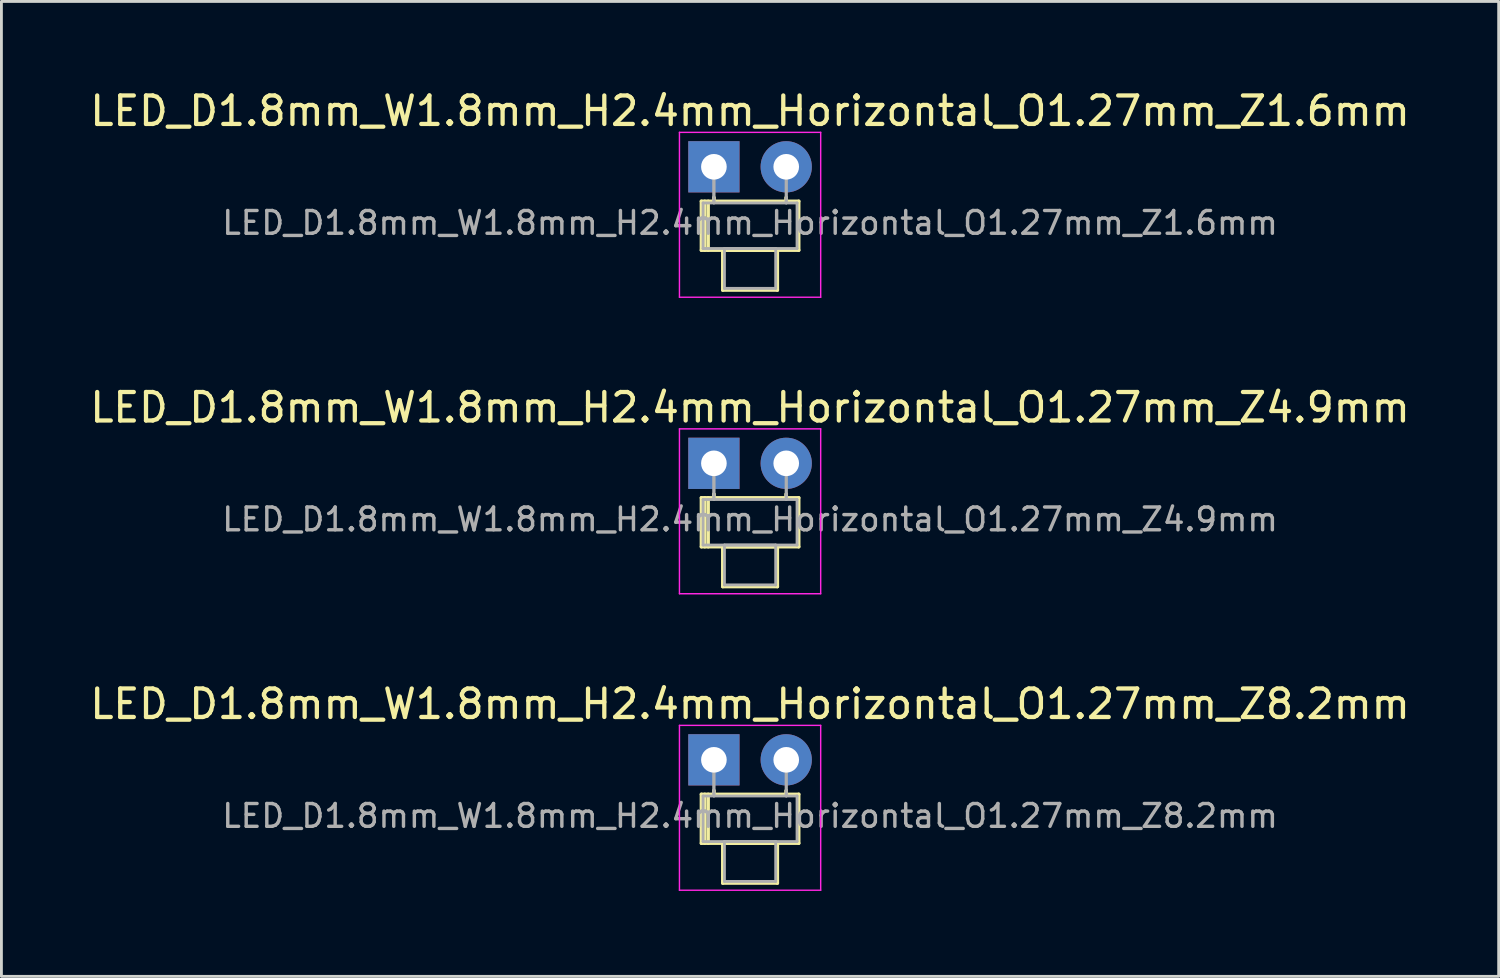
<source format=kicad_pcb>
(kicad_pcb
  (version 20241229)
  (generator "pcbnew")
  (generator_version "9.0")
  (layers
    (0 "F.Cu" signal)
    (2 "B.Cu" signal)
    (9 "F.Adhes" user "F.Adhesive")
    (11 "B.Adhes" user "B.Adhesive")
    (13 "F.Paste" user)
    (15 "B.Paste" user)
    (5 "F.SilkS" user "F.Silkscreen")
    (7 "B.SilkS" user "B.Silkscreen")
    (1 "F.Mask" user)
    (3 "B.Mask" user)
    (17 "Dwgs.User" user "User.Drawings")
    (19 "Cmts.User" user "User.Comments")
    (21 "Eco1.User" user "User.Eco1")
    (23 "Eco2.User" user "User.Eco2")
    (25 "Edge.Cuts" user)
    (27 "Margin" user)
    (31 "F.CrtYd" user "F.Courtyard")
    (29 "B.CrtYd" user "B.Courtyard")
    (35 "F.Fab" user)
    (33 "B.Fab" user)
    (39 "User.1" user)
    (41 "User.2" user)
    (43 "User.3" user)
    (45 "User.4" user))
  (footprint "LED_D1.8mm_W1.8mm_H2.4mm_Horizontal_O1.27mm_Z4.9mm"
    (layer "F.Cu")
    (at 22.022 13.222)
    (property "Reference" "LED_D1.8mm_W1.8mm_H2.4mm_Horizontal_O1.27mm_Z4.9mm" (at 1.27 -1.96 0) (layer "F.SilkS") (effects (font (size 1 1) (thickness 0.15))))
    (attr through_hole)
    (fp_line (start -0.44 1.21) (end -0.44 2.93) (stroke (width 0.12) (type solid)) (layer "F.SilkS"))
    (fp_line (start -0.44 2.93) (end 2.98 2.93) (stroke (width 0.12) (type solid)) (layer "F.SilkS"))
    (fp_line (start -0.32 1.21) (end -0.32 2.93) (stroke (width 0.12) (type solid)) (layer "F.SilkS"))
    (fp_line (start -0.2 1.21) (end -0.2 2.93) (stroke (width 0.12) (type solid)) (layer "F.SilkS"))
    (fp_line (start 0 1.08) (end 0 1.21) (stroke (width 0.12) (type solid)) (layer "F.SilkS"))
    (fp_line (start 0 1.21) (end 0 1.08) (stroke (width 0.12) (type solid)) (layer "F.SilkS"))
    (fp_line (start 0.31 2.93) (end 0.31 4.33) (stroke (width 0.12) (type solid)) (layer "F.SilkS"))
    (fp_line (start 0.31 4.33) (end 2.23 4.33) (stroke (width 0.12) (type solid)) (layer "F.SilkS"))
    (fp_line (start 2.23 2.93) (end 0.31 2.93) (stroke (width 0.12) (type solid)) (layer "F.SilkS"))
    (fp_line (start 2.23 4.33) (end 2.23 2.93) (stroke (width 0.12) (type solid)) (layer "F.SilkS"))
    (fp_line (start 2.54 1.08) (end 2.54 1.21) (stroke (width 0.12) (type solid)) (layer "F.SilkS"))
    (fp_line (start 2.54 1.21) (end 2.54 1.08) (stroke (width 0.12) (type solid)) (layer "F.SilkS"))
    (fp_line (start 2.98 1.21) (end -0.44 1.21) (stroke (width 0.12) (type solid)) (layer "F.SilkS"))
    (fp_line (start 2.98 2.93) (end 2.98 1.21) (stroke (width 0.12) (type solid)) (layer "F.SilkS"))
    (fp_line (start -1.21 -1.21) (end -1.21 4.58) (stroke (width 0.05) (type solid)) (layer "F.CrtYd"))
    (fp_line (start -1.21 4.58) (end 3.75 4.58) (stroke (width 0.05) (type solid)) (layer "F.CrtYd"))
    (fp_line (start 3.75 -1.21) (end -1.21 -1.21) (stroke (width 0.05) (type solid)) (layer "F.CrtYd"))
    (fp_line (start 3.75 4.58) (end 3.75 -1.21) (stroke (width 0.05) (type solid)) (layer "F.CrtYd"))
    (fp_line (start -0.38 1.27) (end -0.38 2.87) (stroke (width 0.1) (type solid)) (layer "F.Fab"))
    (fp_line (start -0.38 2.87) (end 2.92 2.87) (stroke (width 0.1) (type solid)) (layer "F.Fab"))
    (fp_line (start 0 0) (end 0 1.27) (stroke (width 0.1) (type solid)) (layer "F.Fab"))
    (fp_line (start 0 1.27) (end 0 0) (stroke (width 0.1) (type solid)) (layer "F.Fab"))
    (fp_line (start 0.37 2.87) (end 0.37 4.27) (stroke (width 0.1) (type solid)) (layer "F.Fab"))
    (fp_line (start 0.37 4.27) (end 2.17 4.27) (stroke (width 0.1) (type solid)) (layer "F.Fab"))
    (fp_line (start 2.17 2.87) (end 0.37 2.87) (stroke (width 0.1) (type solid)) (layer "F.Fab"))
    (fp_line (start 2.17 4.27) (end 2.17 2.87) (stroke (width 0.1) (type solid)) (layer "F.Fab"))
    (fp_line (start 2.54 0) (end 2.54 1.27) (stroke (width 0.1) (type solid)) (layer "F.Fab"))
    (fp_line (start 2.54 1.27) (end 2.54 0) (stroke (width 0.1) (type solid)) (layer "F.Fab"))
    (fp_line (start 2.92 1.27) (end -0.38 1.27) (stroke (width 0.1) (type solid)) (layer "F.Fab"))
    (fp_line (start 2.92 2.87) (end 2.92 1.27) (stroke (width 0.1) (type solid)) (layer "F.Fab"))
    (fp_text user "${REFERENCE}" (at 1.27 1.97 0) (layer "F.Fab") (effects (font (size 0.8 0.8) (thickness 0.12))))
    (pad "1" thru_hole rect (at 0 0) (size 1.8 1.8) (drill 0.9) (layers "*.Cu" "*.Mask"))
    (pad "2" thru_hole circle (at 2.54 0) (size 1.8 1.8) (drill 0.9) (layers "*.Cu" "*.Mask")))
  (footprint "LED_D1.8mm_W1.8mm_H2.4mm_Horizontal_O1.27mm_Z1.6mm"
    (layer "F.Cu")
    (at 22.022 2.808)
    (property "Reference" "LED_D1.8mm_W1.8mm_H2.4mm_Horizontal_O1.27mm_Z1.6mm" (at 1.27 -1.96 0) (layer "F.SilkS") (effects (font (size 1 1) (thickness 0.15))))
    (attr through_hole)
    (fp_line (start -0.44 1.21) (end -0.44 2.93) (stroke (width 0.12) (type solid)) (layer "F.SilkS"))
    (fp_line (start -0.44 2.93) (end 2.98 2.93) (stroke (width 0.12) (type solid)) (layer "F.SilkS"))
    (fp_line (start -0.32 1.21) (end -0.32 2.93) (stroke (width 0.12) (type solid)) (layer "F.SilkS"))
    (fp_line (start -0.2 1.21) (end -0.2 2.93) (stroke (width 0.12) (type solid)) (layer "F.SilkS"))
    (fp_line (start 0 1.08) (end 0 1.21) (stroke (width 0.12) (type solid)) (layer "F.SilkS"))
    (fp_line (start 0 1.21) (end 0 1.08) (stroke (width 0.12) (type solid)) (layer "F.SilkS"))
    (fp_line (start 0.31 2.93) (end 0.31 4.33) (stroke (width 0.12) (type solid)) (layer "F.SilkS"))
    (fp_line (start 0.31 4.33) (end 2.23 4.33) (stroke (width 0.12) (type solid)) (layer "F.SilkS"))
    (fp_line (start 2.23 2.93) (end 0.31 2.93) (stroke (width 0.12) (type solid)) (layer "F.SilkS"))
    (fp_line (start 2.23 4.33) (end 2.23 2.93) (stroke (width 0.12) (type solid)) (layer "F.SilkS"))
    (fp_line (start 2.54 1.08) (end 2.54 1.21) (stroke (width 0.12) (type solid)) (layer "F.SilkS"))
    (fp_line (start 2.54 1.21) (end 2.54 1.08) (stroke (width 0.12) (type solid)) (layer "F.SilkS"))
    (fp_line (start 2.98 1.21) (end -0.44 1.21) (stroke (width 0.12) (type solid)) (layer "F.SilkS"))
    (fp_line (start 2.98 2.93) (end 2.98 1.21) (stroke (width 0.12) (type solid)) (layer "F.SilkS"))
    (fp_line (start -1.21 -1.21) (end -1.21 4.58) (stroke (width 0.05) (type solid)) (layer "F.CrtYd"))
    (fp_line (start -1.21 4.58) (end 3.75 4.58) (stroke (width 0.05) (type solid)) (layer "F.CrtYd"))
    (fp_line (start 3.75 -1.21) (end -1.21 -1.21) (stroke (width 0.05) (type solid)) (layer "F.CrtYd"))
    (fp_line (start 3.75 4.58) (end 3.75 -1.21) (stroke (width 0.05) (type solid)) (layer "F.CrtYd"))
    (fp_line (start -0.38 1.27) (end -0.38 2.87) (stroke (width 0.1) (type solid)) (layer "F.Fab"))
    (fp_line (start -0.38 2.87) (end 2.92 2.87) (stroke (width 0.1) (type solid)) (layer "F.Fab"))
    (fp_line (start 0 0) (end 0 1.27) (stroke (width 0.1) (type solid)) (layer "F.Fab"))
    (fp_line (start 0 1.27) (end 0 0) (stroke (width 0.1) (type solid)) (layer "F.Fab"))
    (fp_line (start 0.37 2.87) (end 0.37 4.27) (stroke (width 0.1) (type solid)) (layer "F.Fab"))
    (fp_line (start 0.37 4.27) (end 2.17 4.27) (stroke (width 0.1) (type solid)) (layer "F.Fab"))
    (fp_line (start 2.17 2.87) (end 0.37 2.87) (stroke (width 0.1) (type solid)) (layer "F.Fab"))
    (fp_line (start 2.17 4.27) (end 2.17 2.87) (stroke (width 0.1) (type solid)) (layer "F.Fab"))
    (fp_line (start 2.54 0) (end 2.54 1.27) (stroke (width 0.1) (type solid)) (layer "F.Fab"))
    (fp_line (start 2.54 1.27) (end 2.54 0) (stroke (width 0.1) (type solid)) (layer "F.Fab"))
    (fp_line (start 2.92 1.27) (end -0.38 1.27) (stroke (width 0.1) (type solid)) (layer "F.Fab"))
    (fp_line (start 2.92 2.87) (end 2.92 1.27) (stroke (width 0.1) (type solid)) (layer "F.Fab"))
    (fp_text user "${REFERENCE}" (at 1.27 1.97 0) (layer "F.Fab") (effects (font (size 0.8 0.8) (thickness 0.12))))
    (pad "1" thru_hole rect (at 0 0) (size 1.8 1.8) (drill 0.9) (layers "*.Cu" "*.Mask"))
    (pad "2" thru_hole circle (at 2.54 0) (size 1.8 1.8) (drill 0.9) (layers "*.Cu" "*.Mask")))
  (footprint "LED_D1.8mm_W1.8mm_H2.4mm_Horizontal_O1.27mm_Z8.2mm"
    (layer "F.Cu")
    (at 22.022 23.635)
    (property "Reference" "LED_D1.8mm_W1.8mm_H2.4mm_Horizontal_O1.27mm_Z8.2mm" (at 1.27 -1.96 0) (layer "F.SilkS") (effects (font (size 1 1) (thickness 0.15))))
    (attr through_hole)
    (fp_line (start -0.44 1.21) (end -0.44 2.93) (stroke (width 0.12) (type solid)) (layer "F.SilkS"))
    (fp_line (start -0.44 2.93) (end 2.98 2.93) (stroke (width 0.12) (type solid)) (layer "F.SilkS"))
    (fp_line (start -0.32 1.21) (end -0.32 2.93) (stroke (width 0.12) (type solid)) (layer "F.SilkS"))
    (fp_line (start -0.2 1.21) (end -0.2 2.93) (stroke (width 0.12) (type solid)) (layer "F.SilkS"))
    (fp_line (start 0 1.08) (end 0 1.21) (stroke (width 0.12) (type solid)) (layer "F.SilkS"))
    (fp_line (start 0 1.21) (end 0 1.08) (stroke (width 0.12) (type solid)) (layer "F.SilkS"))
    (fp_line (start 0.31 2.93) (end 0.31 4.33) (stroke (width 0.12) (type solid)) (layer "F.SilkS"))
    (fp_line (start 0.31 4.33) (end 2.23 4.33) (stroke (width 0.12) (type solid)) (layer "F.SilkS"))
    (fp_line (start 2.23 2.93) (end 0.31 2.93) (stroke (width 0.12) (type solid)) (layer "F.SilkS"))
    (fp_line (start 2.23 4.33) (end 2.23 2.93) (stroke (width 0.12) (type solid)) (layer "F.SilkS"))
    (fp_line (start 2.54 1.08) (end 2.54 1.21) (stroke (width 0.12) (type solid)) (layer "F.SilkS"))
    (fp_line (start 2.54 1.21) (end 2.54 1.08) (stroke (width 0.12) (type solid)) (layer "F.SilkS"))
    (fp_line (start 2.98 1.21) (end -0.44 1.21) (stroke (width 0.12) (type solid)) (layer "F.SilkS"))
    (fp_line (start 2.98 2.93) (end 2.98 1.21) (stroke (width 0.12) (type solid)) (layer "F.SilkS"))
    (fp_line (start -1.21 -1.21) (end -1.21 4.58) (stroke (width 0.05) (type solid)) (layer "F.CrtYd"))
    (fp_line (start -1.21 4.58) (end 3.75 4.58) (stroke (width 0.05) (type solid)) (layer "F.CrtYd"))
    (fp_line (start 3.75 -1.21) (end -1.21 -1.21) (stroke (width 0.05) (type solid)) (layer "F.CrtYd"))
    (fp_line (start 3.75 4.58) (end 3.75 -1.21) (stroke (width 0.05) (type solid)) (layer "F.CrtYd"))
    (fp_line (start -0.38 1.27) (end -0.38 2.87) (stroke (width 0.1) (type solid)) (layer "F.Fab"))
    (fp_line (start -0.38 2.87) (end 2.92 2.87) (stroke (width 0.1) (type solid)) (layer "F.Fab"))
    (fp_line (start 0 0) (end 0 1.27) (stroke (width 0.1) (type solid)) (layer "F.Fab"))
    (fp_line (start 0 1.27) (end 0 0) (stroke (width 0.1) (type solid)) (layer "F.Fab"))
    (fp_line (start 0.37 2.87) (end 0.37 4.27) (stroke (width 0.1) (type solid)) (layer "F.Fab"))
    (fp_line (start 0.37 4.27) (end 2.17 4.27) (stroke (width 0.1) (type solid)) (layer "F.Fab"))
    (fp_line (start 2.17 2.87) (end 0.37 2.87) (stroke (width 0.1) (type solid)) (layer "F.Fab"))
    (fp_line (start 2.17 4.27) (end 2.17 2.87) (stroke (width 0.1) (type solid)) (layer "F.Fab"))
    (fp_line (start 2.54 0) (end 2.54 1.27) (stroke (width 0.1) (type solid)) (layer "F.Fab"))
    (fp_line (start 2.54 1.27) (end 2.54 0) (stroke (width 0.1) (type solid)) (layer "F.Fab"))
    (fp_line (start 2.92 1.27) (end -0.38 1.27) (stroke (width 0.1) (type solid)) (layer "F.Fab"))
    (fp_line (start 2.92 2.87) (end 2.92 1.27) (stroke (width 0.1) (type solid)) (layer "F.Fab"))
    (fp_text user "${REFERENCE}" (at 1.27 1.97 0) (layer "F.Fab") (effects (font (size 0.8 0.8) (thickness 0.12))))
    (pad "1" thru_hole rect (at 0 0) (size 1.8 1.8) (drill 0.9) (layers "*.Cu" "*.Mask"))
    (pad "2" thru_hole circle (at 2.54 0) (size 1.8 1.8) (drill 0.9) (layers "*.Cu" "*.Mask")))
  (gr_rect
    (start -3 -3)
    (end 49.583 31.24)
    (stroke (width 0.1) (type default))
    (fill no)
    (layer "Edge.Cuts")))
</source>
